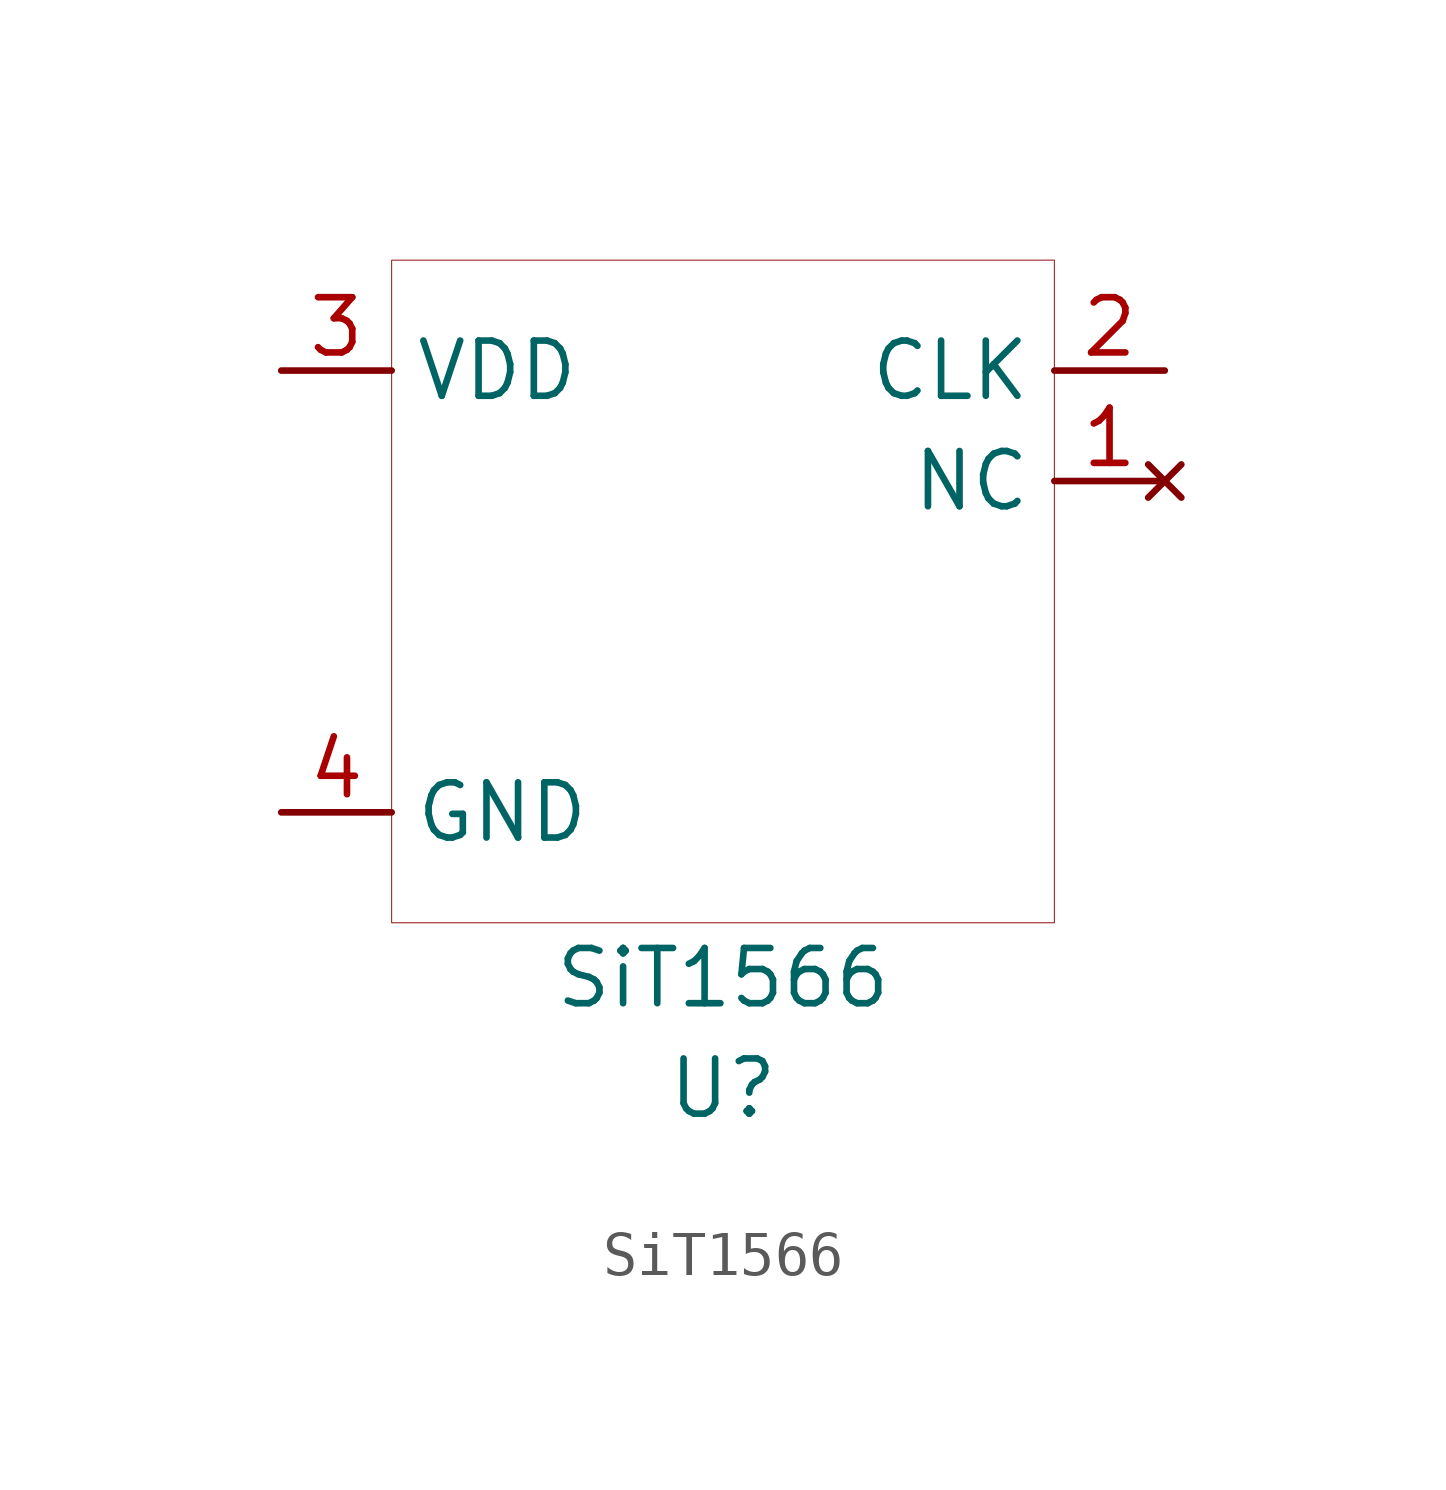
<source format=kicad_sym>
(kicad_symbol_lib
  (version 20200126)
  (host kicad_symbol_editor "(5.99.0-2195-g476558ece)")
  (symbol "sitime:SiT1566"
    (property "Reference" "U"
      (at 0 -11.43 0)
      (effects (font (size 1.27 1.27))))
    (property "Value" "SiT1566"
      (at 0 -8.89 0)
      (effects (font (size 1.27 1.27))))
    (symbol "SiT1566_0_1"
      (rectangle (start -7.62 7.62) (end 7.62 -7.62) (stroke (width 0.001)) (fill (type none))))
    (symbol "SiT1566_0_0"
      (pin unconnected line (at 10.16 2.54 180) (length 2.54) (name "NC" (effects (font (size 1.27 1.27)))) (number "1" (effects (font (size 1.27 1.27)))))
      (pin output line (at 10.16 5.08 180) (length 2.54) (name "CLK" (effects (font (size 1.27 1.27)))) (number "2" (effects (font (size 1.27 1.27)))))
      (pin power_in line (at -10.16 5.08 0) (length 2.54) (name "VDD" (effects (font (size 1.27 1.27)))) (number "3" (effects (font (size 1.27 1.27)))))
      (pin power_in line (at -10.16 -5.08 0) (length 2.54) (name "GND" (effects (font (size 1.27 1.27)))) (number "4" (effects (font (size 1.27 1.27))))))))
</source>
